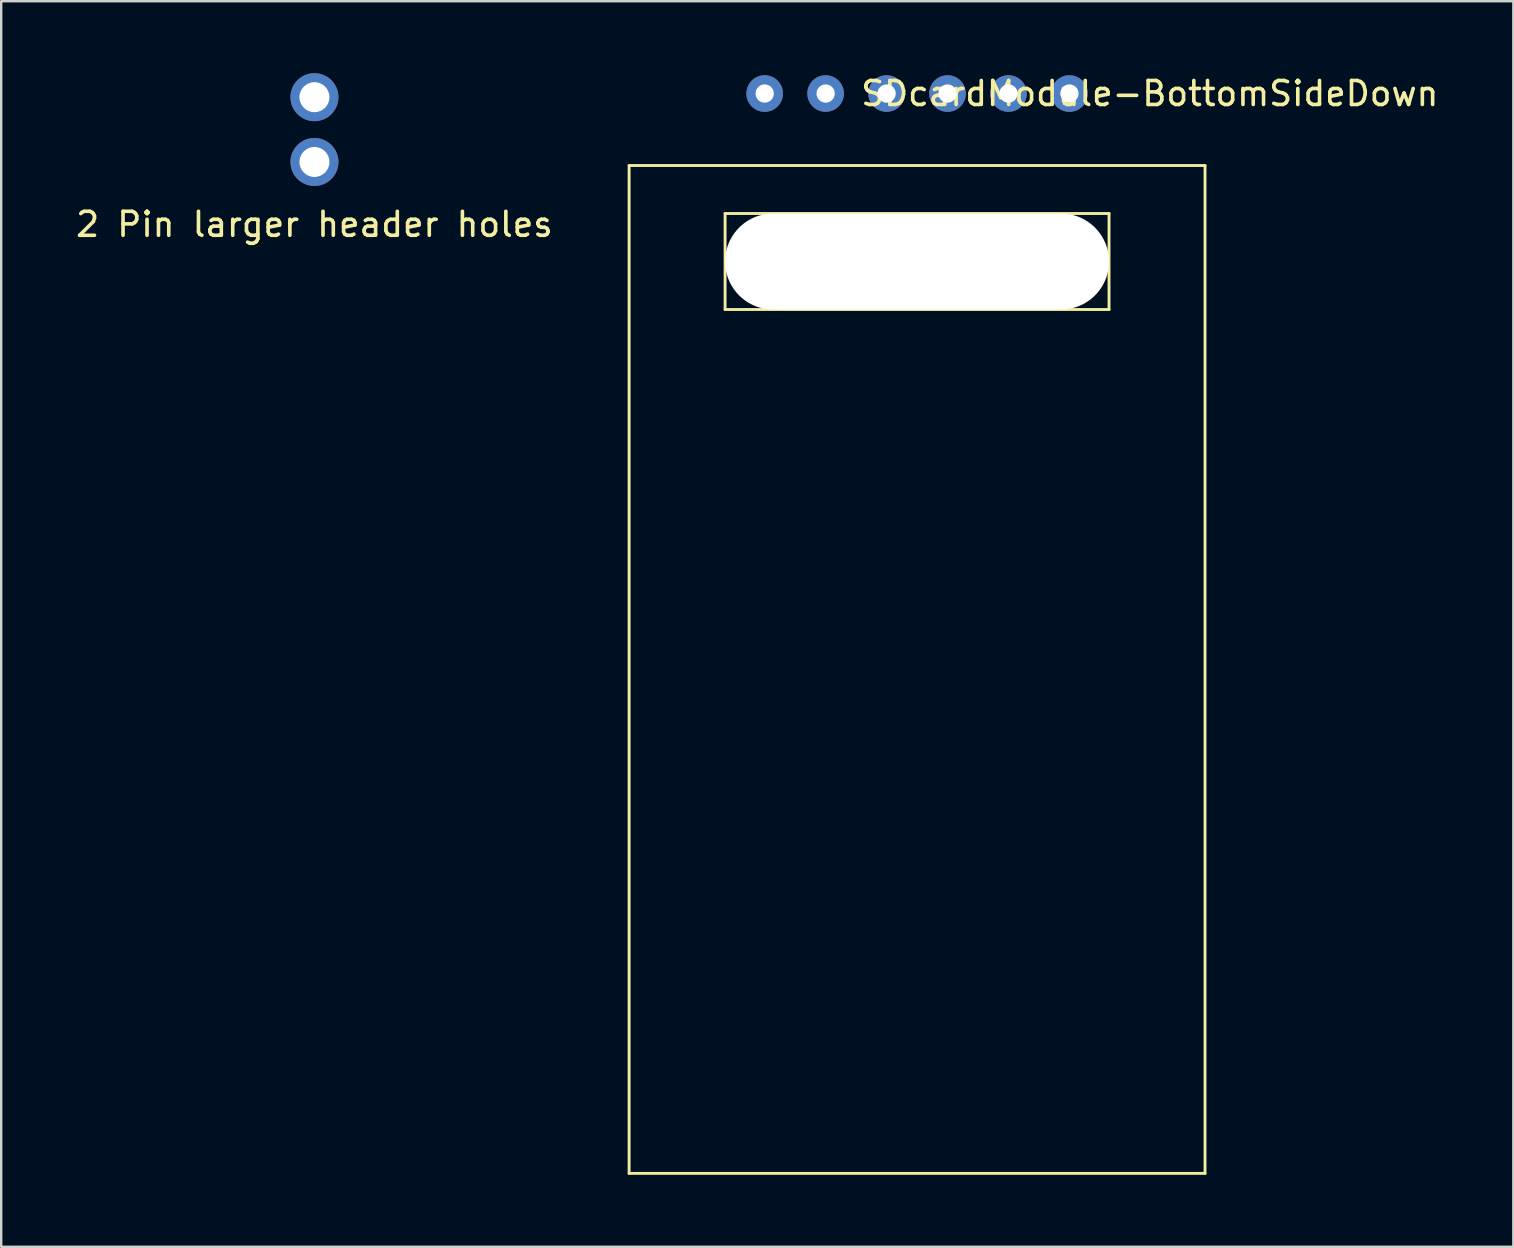
<source format=kicad_pcb>
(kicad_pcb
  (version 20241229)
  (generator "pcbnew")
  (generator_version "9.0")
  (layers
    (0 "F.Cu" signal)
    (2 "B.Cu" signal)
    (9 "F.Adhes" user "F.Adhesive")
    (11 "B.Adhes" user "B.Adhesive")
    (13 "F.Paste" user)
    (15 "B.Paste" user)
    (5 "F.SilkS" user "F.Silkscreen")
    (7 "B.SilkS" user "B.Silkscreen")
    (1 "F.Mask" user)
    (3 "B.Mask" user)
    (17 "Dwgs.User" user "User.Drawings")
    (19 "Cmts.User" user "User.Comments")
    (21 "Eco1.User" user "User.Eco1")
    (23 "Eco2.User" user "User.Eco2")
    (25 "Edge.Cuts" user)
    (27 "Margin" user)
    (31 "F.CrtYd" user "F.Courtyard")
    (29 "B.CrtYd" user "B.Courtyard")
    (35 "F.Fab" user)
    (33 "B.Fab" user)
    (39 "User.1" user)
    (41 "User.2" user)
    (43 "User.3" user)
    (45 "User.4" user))
  (footprint "SDcardModule-BottomSideDown"
    (layer "F.Cu")
    (at 35.167 7.848)
    (property "Reference" "SDcardModule-BottomSideDown" (at 9.7 -7 0) (layer "F.SilkS") (effects (font (size 1 1) (thickness 0.15))))
    (attr through_hole)
    (fp_line (start -12 -4) (end -12 38) (stroke (width 0.12) (type solid)) (layer "F.SilkS"))
    (fp_line (start -12 -4) (end 12 -4) (stroke (width 0.12) (type solid)) (layer "F.SilkS"))
    (fp_line (start -8 -2) (end -8 2) (stroke (width 0.12) (type solid)) (layer "F.SilkS"))
    (fp_line (start 8 -2) (end -8 -2) (stroke (width 0.12) (type solid)) (layer "F.SilkS"))
    (fp_line (start 8 2) (end -8 2) (stroke (width 0.12) (type solid)) (layer "F.SilkS"))
    (fp_line (start 8 2) (end 8 -2) (stroke (width 0.12) (type solid)) (layer "F.SilkS"))
    (fp_line (start 12 -4) (end 12 38) (stroke (width 0.12) (type solid)) (layer "F.SilkS"))
    (fp_line (start 12 38) (end -12 38) (stroke (width 0.12) (type solid)) (layer "F.SilkS"))
    (pad "" np_thru_hole oval (at 0 0) (size 16 4) (drill oval 16 4) (layers "*.Cu" "*.Mask"))
    (pad "1" thru_hole circle (at 6.35 -7) (size 1.524 1.524) (drill 0.762) (layers "*.Cu" "*.Mask"))
    (pad "2" thru_hole circle (at 3.81 -7) (size 1.524 1.524) (drill 0.762) (layers "*.Cu" "*.Mask"))
    (pad "3" thru_hole circle (at 1.27 -7) (size 1.524 1.524) (drill 0.762) (layers "*.Cu" "*.Mask"))
    (pad "4" thru_hole circle (at -1.27 -7) (size 1.524 1.524) (drill 0.762) (layers "*.Cu" "*.Mask"))
    (pad "5" thru_hole circle (at -3.81 -7) (size 1.524 1.524) (drill 0.762) (layers "*.Cu" "*.Mask"))
    (pad "6" thru_hole circle (at -6.35 -7) (size 1.524 1.524) (drill 0.762) (layers "*.Cu" "*.Mask")))
  (footprint "2 Pin larger header holes"
    (layer "F.Cu")
    (at 10.054 1)
    (property "Reference" "2 Pin larger header holes" (at 0 5.3 0) (layer "F.SilkS") (effects (font (size 1 1) (thickness 0.15))))
    (attr through_hole)
    (pad "1" thru_hole circle (at 0 0) (size 2 2) (drill 1.25) (layers "*.Cu" "*.Mask"))
    (pad "2" thru_hole circle (at 0 2.7) (size 2 2) (drill 1.25) (layers "*.Cu" "*.Mask")))
  (gr_rect
    (start -3 -3)
    (end 60.016 48.908)
    (stroke (width 0.1) (type default))
    (fill no)
    (layer "Edge.Cuts")))
</source>
